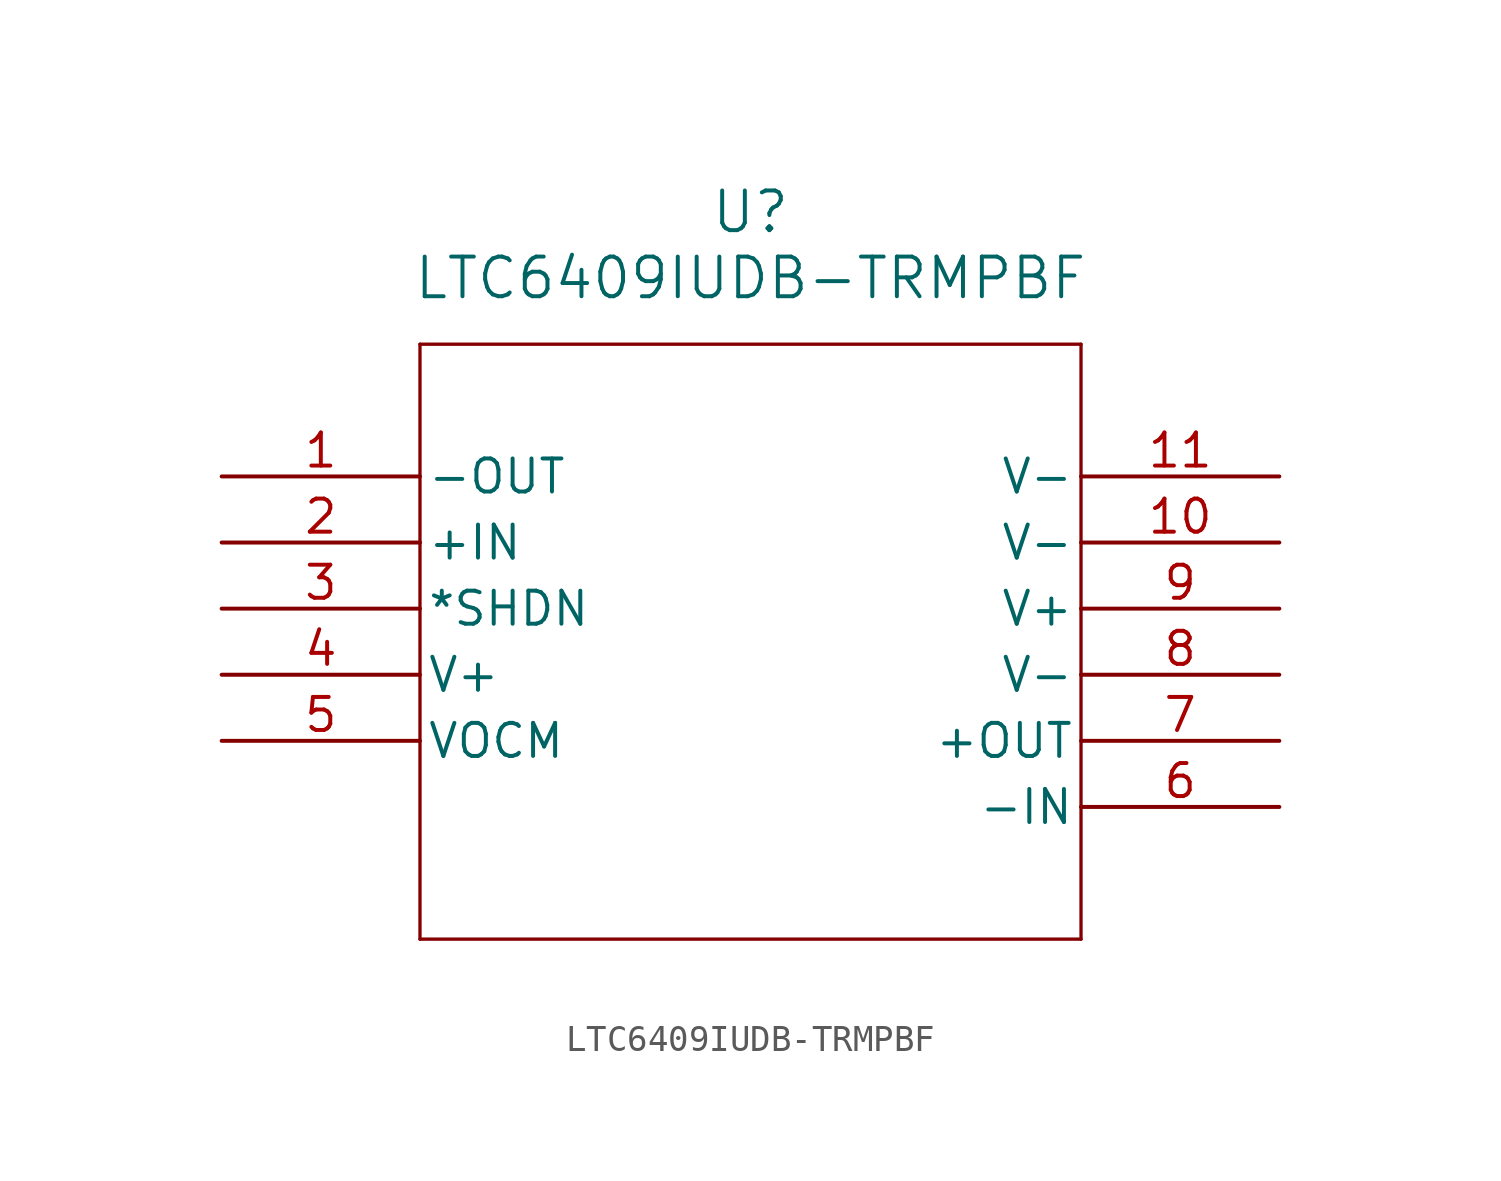
<source format=kicad_sym>
(kicad_symbol_lib
  (version 20211014)
  (generator kicad_symbol_editor)
  (symbol "LTC6409IUDB-TRMPBF"
    (pin_names
      (offset 0.254))
    (property "Reference" "U"
      (at 20.32 10.16 0)
      (effects (font (size 1.524 1.524))))
    (property "Value" "LTC6409IUDB-TRMPBF"
      (at 20.32 7.62 0)
      (effects (font (size 1.524 1.524))))
    (symbol "LTC6409IUDB-TRMPBF_0_1"
      (polyline (pts (xy 7.62 5.08) (xy 7.62 -17.78)) (stroke (width 0.127) (type default) (color 0 0 0 0)) (fill (type none)))
      (polyline (pts (xy 7.62 -17.78) (xy 33.02 -17.78)) (stroke (width 0.127) (type default) (color 0 0 0 0)) (fill (type none)))
      (polyline (pts (xy 33.02 -17.78) (xy 33.02 5.08)) (stroke (width 0.127) (type default) (color 0 0 0 0)) (fill (type none)))
      (polyline (pts (xy 33.02 5.08) (xy 7.62 5.08)) (stroke (width 0.127) (type default) (color 0 0 0 0)) (fill (type none)))
      (pin output line (at 0 0 0) (length 7.62) (name "-OUT" (effects (font (size 1.27 1.27)))) (number "1" (effects (font (size 1.27 1.27)))))
      (pin input line (at 0 -2.54 0) (length 7.62) (name "+IN" (effects (font (size 1.27 1.27)))) (number "2" (effects (font (size 1.27 1.27)))))
      (pin unspecified line (at 0 -5.08 0) (length 7.62) (name "*SHDN" (effects (font (size 1.27 1.27)))) (number "3" (effects (font (size 1.27 1.27)))))
      (pin power_in line (at 0 -7.62 0) (length 7.62) (name "V+" (effects (font (size 1.27 1.27)))) (number "4" (effects (font (size 1.27 1.27)))))
      (pin output line (at 0 -10.16 0) (length 7.62) (name "VOCM" (effects (font (size 1.27 1.27)))) (number "5" (effects (font (size 1.27 1.27)))))
      (pin input line (at 40.64 -12.7 180) (length 7.62) (name "-IN" (effects (font (size 1.27 1.27)))) (number "6" (effects (font (size 1.27 1.27)))))
      (pin output line (at 40.64 -10.16 180) (length 7.62) (name "+OUT" (effects (font (size 1.27 1.27)))) (number "7" (effects (font (size 1.27 1.27)))))
      (pin power_in line (at 40.64 -7.62 180) (length 7.62) (name "V-" (effects (font (size 1.27 1.27)))) (number "8" (effects (font (size 1.27 1.27)))))
      (pin power_in line (at 40.64 -5.08 180) (length 7.62) (name "V+" (effects (font (size 1.27 1.27)))) (number "9" (effects (font (size 1.27 1.27)))))
      (pin power_in line (at 40.64 -2.54 180) (length 7.62) (name "V-" (effects (font (size 1.27 1.27)))) (number "10" (effects (font (size 1.27 1.27)))))
      (pin unspecified line (at 40.64 0 180) (length 7.62) (name "V-" (effects (font (size 1.27 1.27)))) (number "11" (effects (font (size 1.27 1.27))))))))
</source>
